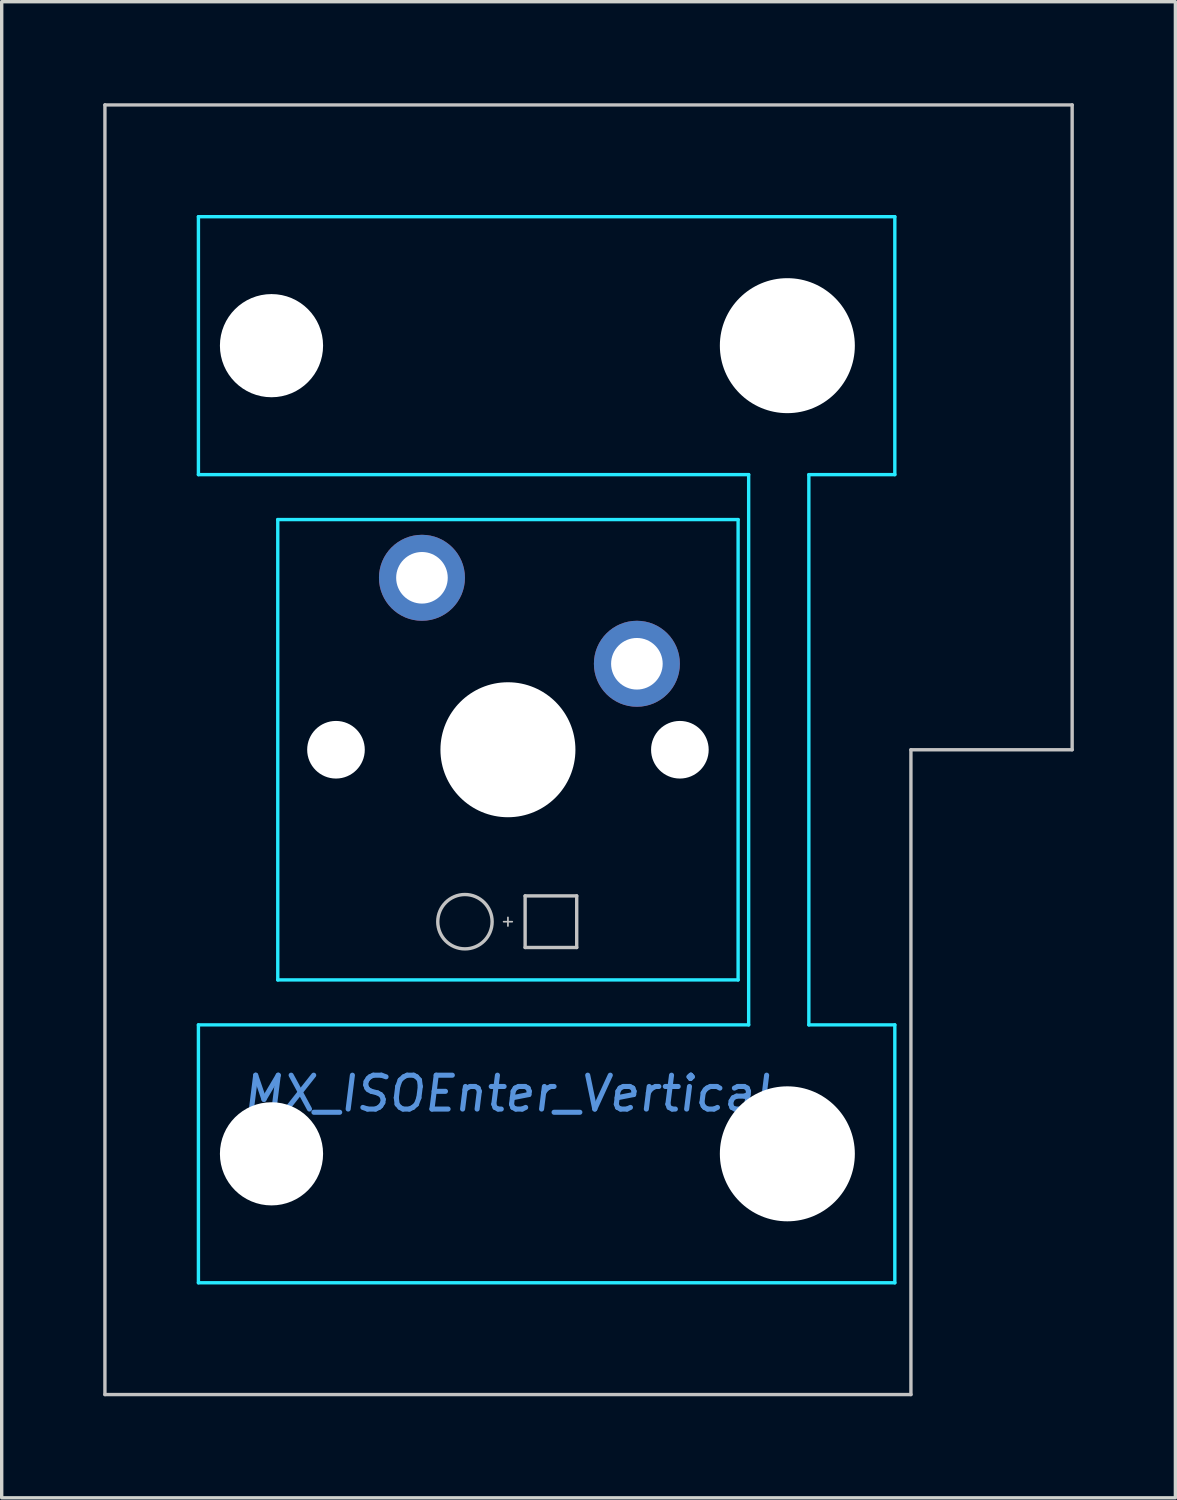
<source format=kicad_pcb>
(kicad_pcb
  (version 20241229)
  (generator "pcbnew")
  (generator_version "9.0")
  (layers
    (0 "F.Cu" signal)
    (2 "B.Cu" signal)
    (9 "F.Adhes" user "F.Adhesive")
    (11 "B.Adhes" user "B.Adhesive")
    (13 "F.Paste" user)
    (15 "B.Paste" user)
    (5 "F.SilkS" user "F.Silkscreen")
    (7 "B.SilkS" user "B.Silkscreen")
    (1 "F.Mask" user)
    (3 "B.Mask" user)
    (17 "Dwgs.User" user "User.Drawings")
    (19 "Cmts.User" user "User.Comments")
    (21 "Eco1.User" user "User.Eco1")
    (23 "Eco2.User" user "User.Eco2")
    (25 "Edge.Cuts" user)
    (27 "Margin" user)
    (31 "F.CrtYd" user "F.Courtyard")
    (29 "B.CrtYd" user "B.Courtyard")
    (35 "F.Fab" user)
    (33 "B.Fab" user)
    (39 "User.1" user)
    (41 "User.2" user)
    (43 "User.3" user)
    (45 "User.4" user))
  (footprint "MX_ISOEnter_Vertical"
    (layer "F.Cu")
    (at 11.956 19.1)
    (property "Reference" "MX_ISOEnter_Vertical" (at 0 10.16 0) (layer "Cmts.User") (effects (font (size 1 1) (thickness 0.15) (italic yes))))
    (attr through_hole)
    (fp_line (start -11.906 19.05) (end -11.906 -19.05) (stroke (width 0.1) (type solid)) (layer "Dwgs.User"))
    (fp_line (start -0.127 5.08) (end 0.127 5.08) (stroke (width 0.05) (type solid)) (layer "Dwgs.User"))
    (fp_line (start 0 5.207) (end 0 4.953) (stroke (width 0.05) (type solid)) (layer "Dwgs.User"))
    (fp_line (start 0.508 4.318) (end 0.508 5.842) (stroke (width 0.1) (type solid)) (layer "Dwgs.User"))
    (fp_line (start 0.508 4.318) (end 2.032 4.318) (stroke (width 0.1) (type solid)) (layer "Dwgs.User"))
    (fp_line (start 0.508 5.842) (end 2.032 5.842) (stroke (width 0.1) (type solid)) (layer "Dwgs.User"))
    (fp_line (start 2.032 5.842) (end 2.032 4.318) (stroke (width 0.1) (type solid)) (layer "Dwgs.User"))
    (fp_line (start 11.906 19.05) (end -11.906 19.05) (stroke (width 0.1) (type solid)) (layer "Dwgs.User"))
    (fp_line (start 11.906 19.05) (end 11.906 0) (stroke (width 0.1) (type solid)) (layer "Dwgs.User"))
    (fp_line (start 16.669 -19.05) (end -11.906 -19.05) (stroke (width 0.1) (type solid)) (layer "Dwgs.User"))
    (fp_line (start 16.669 0) (end 11.906 0) (stroke (width 0.1) (type solid)) (layer "Dwgs.User"))
    (fp_line (start 16.669 0) (end 16.669 -19.05) (stroke (width 0.1) (type solid)) (layer "Dwgs.User"))
    (fp_circle (center -1.27 5.08) (end -0.467 5.08) (stroke (width 0.1) (type solid)) (fill no) (layer "Dwgs.User"))
    (fp_line (start -6.985 -6.73) (end -6.985 6.732) (stroke (width 0.1) (type solid)) (layer "Eco1.User"))
    (fp_line (start -6.731 6.986) (end -5.852 6.986) (stroke (width 0.1) (type solid)) (layer "Eco1.User"))
    (fp_line (start -6.537 -15.651) (end -6.537 -9.09) (stroke (width 0.1) (type solid)) (layer "Eco1.User"))
    (fp_line (start -6.537 9.091) (end -6.537 15.652) (stroke (width 0.1) (type solid)) (layer "Eco1.User"))
    (fp_line (start -6.283 -8.836) (end -5.852 -8.836) (stroke (width 0.1) (type solid)) (layer "Eco1.User"))
    (fp_line (start -6.283 15.906) (end -3.423 15.906) (stroke (width 0.1) (type solid)) (layer "Eco1.User"))
    (fp_line (start -5.852 -6.984) (end -6.731 -6.984) (stroke (width 0.1) (type solid)) (layer "Eco1.User"))
    (fp_line (start -5.852 8.837) (end -6.283 8.837) (stroke (width 0.1) (type solid)) (layer "Eco1.User"))
    (fp_line (start -5.598 -8.582) (end -5.598 -7.238) (stroke (width 0.1) (type solid)) (layer "Eco1.User"))
    (fp_line (start -5.598 7.24) (end -5.598 8.583) (stroke (width 0.1) (type solid)) (layer "Eco1.User"))
    (fp_line (start -3.423 -15.905) (end -6.283 -15.905) (stroke (width 0.1) (type solid)) (layer "Eco1.User"))
    (fp_line (start -3.169 -16.492) (end -3.169 -16.159) (stroke (width 0.1) (type solid)) (layer "Eco1.User"))
    (fp_line (start -3.169 16.16) (end -3.169 16.494) (stroke (width 0.1) (type solid)) (layer "Eco1.User"))
    (fp_line (start -2.915 16.748) (end 0.563 16.748) (stroke (width 0.1) (type solid)) (layer "Eco1.User"))
    (fp_line (start -2.286 0) (end 2.286 0) (stroke (width 0.1) (type solid)) (layer "Eco1.User"))
    (fp_line (start 0 2.159) (end 0 -2.159) (stroke (width 0.1) (type solid)) (layer "Eco1.User"))
    (fp_line (start 0.563 -16.746) (end -2.915 -16.746) (stroke (width 0.1) (type solid)) (layer "Eco1.User"))
    (fp_line (start 0.817 -16.159) (end 0.817 -16.492) (stroke (width 0.1) (type solid)) (layer "Eco1.User"))
    (fp_line (start 0.817 16.494) (end 0.817 16.16) (stroke (width 0.1) (type solid)) (layer "Eco1.User"))
    (fp_line (start 1.071 15.906) (end 6.177 15.906) (stroke (width 0.1) (type solid)) (layer "Eco1.User"))
    (fp_line (start 5.757 -7.238) (end 5.757 -8.582) (stroke (width 0.1) (type solid)) (layer "Eco1.User"))
    (fp_line (start 5.757 8.583) (end 5.757 7.24) (stroke (width 0.1) (type solid)) (layer "Eco1.User"))
    (fp_line (start 6.011 -8.836) (end 6.289 -8.836) (stroke (width 0.1) (type solid)) (layer "Eco1.User"))
    (fp_line (start 6.011 6.986) (end 6.749 6.986) (stroke (width 0.1) (type solid)) (layer "Eco1.User"))
    (fp_line (start 6.177 -15.905) (end 1.071 -15.905) (stroke (width 0.1) (type solid)) (layer "Eco1.User"))
    (fp_line (start 6.289 8.837) (end 6.011 8.837) (stroke (width 0.1) (type solid)) (layer "Eco1.User"))
    (fp_line (start 6.431 -14.42) (end 6.431 -15.651) (stroke (width 0.1) (type solid)) (layer "Eco1.User"))
    (fp_line (start 6.431 15.652) (end 6.431 14.421) (stroke (width 0.1) (type solid)) (layer "Eco1.User"))
    (fp_line (start 6.543 -9.09) (end 6.543 -10.265) (stroke (width 0.1) (type solid)) (layer "Eco1.User"))
    (fp_line (start 6.543 10.266) (end 6.543 9.091) (stroke (width 0.1) (type solid)) (layer "Eco1.User"))
    (fp_line (start 6.685 14.167) (end 7.805 14.167) (stroke (width 0.1) (type solid)) (layer "Eco1.User"))
    (fp_line (start 6.749 -6.984) (end 6.011 -6.984) (stroke (width 0.1) (type solid)) (layer "Eco1.User"))
    (fp_line (start 6.797 -10.519) (end 7.805 -10.519) (stroke (width 0.1) (type solid)) (layer "Eco1.User"))
    (fp_line (start 7.003 6.732) (end 7.003 -6.73) (stroke (width 0.1) (type solid)) (layer "Eco1.User"))
    (fp_line (start 7.805 -14.166) (end 6.685 -14.166) (stroke (width 0.1) (type solid)) (layer "Eco1.User"))
    (fp_line (start 7.805 10.52) (end 6.797 10.52) (stroke (width 0.1) (type solid)) (layer "Eco1.User"))
    (fp_line (start 8.059 -10.773) (end 8.059 -13.912) (stroke (width 0.1) (type solid)) (layer "Eco1.User"))
    (fp_line (start 8.059 13.913) (end 8.059 10.774) (stroke (width 0.1) (type solid)) (layer "Eco1.User"))
    (fp_arc (start -6.985 -6.730206) (mid -6.910605 -6.909811) (end -6.731 -6.984206) (stroke (width 0.1) (type solid)) (layer "Eco1.User"))
    (fp_arc (start -6.731 6.985812) (mid -6.910605 6.911417) (end -6.985 6.731812) (stroke (width 0.1) (type solid)) (layer "Eco1.User"))
    (fp_arc (start -6.537389 -15.650819) (mid -6.462994 -15.830424) (end -6.283389 -15.904819) (stroke (width 0.1) (type solid)) (layer "Eco1.User"))
    (fp_arc (start -6.537389 9.09126) (mid -6.462994 8.911655) (end -6.283389 8.83726) (stroke (width 0.1) (type solid)) (layer "Eco1.User"))
    (fp_arc (start -6.283389 -8.835655) (mid -6.462994 -8.91005) (end -6.537389 -9.089655) (stroke (width 0.1) (type solid)) (layer "Eco1.User"))
    (fp_arc (start -6.283389 15.906426) (mid -6.462994 15.832031) (end -6.537389 15.652426) (stroke (width 0.1) (type solid)) (layer "Eco1.User"))
    (fp_arc (start -5.851639 -8.835655) (mid -5.672034 -8.76126) (end -5.597639 -8.581655) (stroke (width 0.1) (type solid)) (layer "Eco1.User"))
    (fp_arc (start -5.851639 6.985812) (mid -5.672034 7.060207) (end -5.597639 7.239812) (stroke (width 0.1) (type solid)) (layer "Eco1.User"))
    (fp_arc (start -5.597639 -7.238206) (mid -5.672034 -7.058601) (end -5.851639 -6.984206) (stroke (width 0.1) (type solid)) (layer "Eco1.User"))
    (fp_arc (start -5.597639 8.58326) (mid -5.672034 8.762865) (end -5.851639 8.83726) (stroke (width 0.1) (type solid)) (layer "Eco1.User"))
    (fp_arc (start -3.423367 15.906426) (mid -3.243762 15.980821) (end -3.169367 16.160426) (stroke (width 0.1) (type solid)) (layer "Eco1.User"))
    (fp_arc (start -3.169367 -16.492386) (mid -3.094972 -16.671991) (end -2.915367 -16.746386) (stroke (width 0.1) (type solid)) (layer "Eco1.User"))
    (fp_arc (start -3.169367 -16.158819) (mid -3.243762 -15.979214) (end -3.423367 -15.904819) (stroke (width 0.1) (type solid)) (layer "Eco1.User"))
    (fp_arc (start -2.915367 16.747995) (mid -3.094972 16.6736) (end -3.169367 16.493995) (stroke (width 0.1) (type solid)) (layer "Eco1.User"))
    (fp_arc (start 0.562684 -16.746386) (mid 0.742289 -16.671991) (end 0.816684 -16.492386) (stroke (width 0.1) (type solid)) (layer "Eco1.User"))
    (fp_arc (start 0.816684 16.160426) (mid 0.891079 15.980821) (end 1.070684 15.906426) (stroke (width 0.1) (type solid)) (layer "Eco1.User"))
    (fp_arc (start 0.816684 16.493995) (mid 0.742289 16.6736) (end 0.562684 16.747995) (stroke (width 0.1) (type solid)) (layer "Eco1.User"))
    (fp_arc (start 1.070684 -15.904819) (mid 0.891079 -15.979214) (end 0.816684 -16.158819) (stroke (width 0.1) (type solid)) (layer "Eco1.User"))
    (fp_arc (start 5.757382 -8.581655) (mid 5.831777 -8.76126) (end 6.011382 -8.835655) (stroke (width 0.1) (type solid)) (layer "Eco1.User"))
    (fp_arc (start 5.757382 7.239812) (mid 5.831777 7.060207) (end 6.011382 6.985812) (stroke (width 0.1) (type solid)) (layer "Eco1.User"))
    (fp_arc (start 6.011382 -6.984206) (mid 5.831777 -7.058601) (end 5.757382 -7.238206) (stroke (width 0.1) (type solid)) (layer "Eco1.User"))
    (fp_arc (start 6.011382 8.83726) (mid 5.831777 8.762865) (end 5.757382 8.58326) (stroke (width 0.1) (type solid)) (layer "Eco1.User"))
    (fp_arc (start 6.176634 -15.904819) (mid 6.356239 -15.830424) (end 6.430634 -15.650819) (stroke (width 0.1) (type solid)) (layer "Eco1.User"))
    (fp_arc (start 6.288846 8.83726) (mid 6.468451 8.911655) (end 6.542846 9.09126) (stroke (width 0.1) (type solid)) (layer "Eco1.User"))
    (fp_arc (start 6.430634 14.421189) (mid 6.505029 14.241584) (end 6.684634 14.167189) (stroke (width 0.1) (type solid)) (layer "Eco1.User"))
    (fp_arc (start 6.430634 15.652426) (mid 6.356239 15.832031) (end 6.176634 15.906426) (stroke (width 0.1) (type solid)) (layer "Eco1.User"))
    (fp_arc (start 6.542846 -10.264789) (mid 6.617241 -10.444394) (end 6.796846 -10.518789) (stroke (width 0.1) (type solid)) (layer "Eco1.User"))
    (fp_arc (start 6.542846 -9.089655) (mid 6.468451 -8.91005) (end 6.288846 -8.835655) (stroke (width 0.1) (type solid)) (layer "Eco1.User"))
    (fp_arc (start 6.684634 -14.16558) (mid 6.505029 -14.239975) (end 6.430634 -14.41958) (stroke (width 0.1) (type solid)) (layer "Eco1.User"))
    (fp_arc (start 6.748758 -6.984206) (mid 6.928363 -6.909811) (end 7.002758 -6.730206) (stroke (width 0.1) (type solid)) (layer "Eco1.User"))
    (fp_arc (start 6.796846 10.520399) (mid 6.617241 10.446004) (end 6.542846 10.266399) (stroke (width 0.1) (type solid)) (layer "Eco1.User"))
    (fp_arc (start 7.002758 6.731812) (mid 6.928363 6.911417) (end 6.748758 6.985812) (stroke (width 0.1) (type solid)) (layer "Eco1.User"))
    (fp_arc (start 7.80542 -14.16558) (mid 7.985025 -14.091185) (end 8.05942 -13.91158) (stroke (width 0.1) (type solid)) (layer "Eco1.User"))
    (fp_arc (start 7.80542 10.520399) (mid 7.985025 10.594794) (end 8.05942 10.774399) (stroke (width 0.1) (type solid)) (layer "Eco1.User"))
    (fp_arc (start 8.05942 13.913189) (mid 7.985025 14.092794) (end 7.80542 14.167189) (stroke (width 0.1) (type solid)) (layer "Eco1.User"))
    (fp_circle (center 0 0) (end 0 -1.905) (stroke (width 0.1) (type solid)) (fill no) (layer "Eco1.User"))
    (fp_line (start -9.144 -15.748) (end 11.43 -15.748) (stroke (width 0.1) (type solid)) (layer "B.CrtYd"))
    (fp_line (start -9.144 -8.128) (end -9.144 -15.748) (stroke (width 0.1) (type solid)) (layer "B.CrtYd"))
    (fp_line (start -9.144 -8.128) (end 7.112 -8.128) (stroke (width 0.1) (type solid)) (layer "B.CrtYd"))
    (fp_line (start -9.144 8.128) (end 7.112 8.128) (stroke (width 0.1) (type solid)) (layer "B.CrtYd"))
    (fp_line (start -9.144 15.748) (end -9.144 8.128) (stroke (width 0.1) (type solid)) (layer "B.CrtYd"))
    (fp_line (start -6.8 6.8) (end -6.8 -6.8) (stroke (width 0.1) (type solid)) (layer "B.CrtYd"))
    (fp_line (start 6.8 -6.8) (end -6.8 -6.8) (stroke (width 0.1) (type solid)) (layer "B.CrtYd"))
    (fp_line (start 6.8 6.8) (end -6.8 6.8) (stroke (width 0.1) (type solid)) (layer "B.CrtYd"))
    (fp_line (start 6.8 6.8) (end 6.8 -6.8) (stroke (width 0.1) (type solid)) (layer "B.CrtYd"))
    (fp_line (start 7.112 8.128) (end 7.112 -8.128) (stroke (width 0.1) (type solid)) (layer "B.CrtYd"))
    (fp_line (start 8.89 8.128) (end 8.89 -8.128) (stroke (width 0.1) (type solid)) (layer "B.CrtYd"))
    (fp_line (start 11.43 -15.748) (end 11.43 -8.128) (stroke (width 0.1) (type solid)) (layer "B.CrtYd"))
    (fp_line (start 11.43 -8.128) (end 8.89 -8.128) (stroke (width 0.1) (type solid)) (layer "B.CrtYd"))
    (fp_line (start 11.43 8.128) (end 8.89 8.128) (stroke (width 0.1) (type solid)) (layer "B.CrtYd"))
    (fp_line (start 11.43 8.128) (end 11.43 15.748) (stroke (width 0.1) (type solid)) (layer "B.CrtYd"))
    (fp_line (start 11.43 15.748) (end -9.144 15.748) (stroke (width 0.1) (type solid)) (layer "B.CrtYd"))
    (pad "" np_thru_hole circle (at -6.985 -11.938 90) (size 3.048 3.048) (drill 3.048) (layers "*.Cu" "*.Mask"))
    (pad "" np_thru_hole circle (at -6.985 11.938 90) (size 3.048 3.048) (drill 3.048) (layers "*.Cu" "*.Mask"))
    (pad "" np_thru_hole circle (at -5.08 0) (size 1.702 1.702) (drill 1.702) (layers "*.Cu" "*.Mask"))
    (pad "" np_thru_hole circle (at 0 0) (size 3.988 3.988) (drill 3.988) (layers "*.Cu" "*.Mask"))
    (pad "" np_thru_hole circle (at 5.08 0) (size 1.702 1.702) (drill 1.702) (layers "*.Cu" "*.Mask"))
    (pad "" np_thru_hole circle (at 8.255 -11.938 90) (size 3.988 3.988) (drill 3.988) (layers "*.Cu" "*.Mask"))
    (pad "" np_thru_hole circle (at 8.255 11.938 90) (size 3.988 3.988) (drill 3.988) (layers "*.Cu" "*.Mask"))
    (pad "1" thru_hole circle (at -2.54 -5.08) (size 2.54 2.54) (drill 1.524) (layers "*.Cu" "*.Mask"))
    (pad "2" thru_hole circle (at 3.81 -2.54) (size 2.54 2.54) (drill 1.524) (layers "*.Cu" "*.Mask")))
  (gr_rect
    (start -3 -3)
    (end 31.675 41.2)
    (stroke (width 0.1) (type default))
    (fill no)
    (layer "Edge.Cuts")))
</source>
